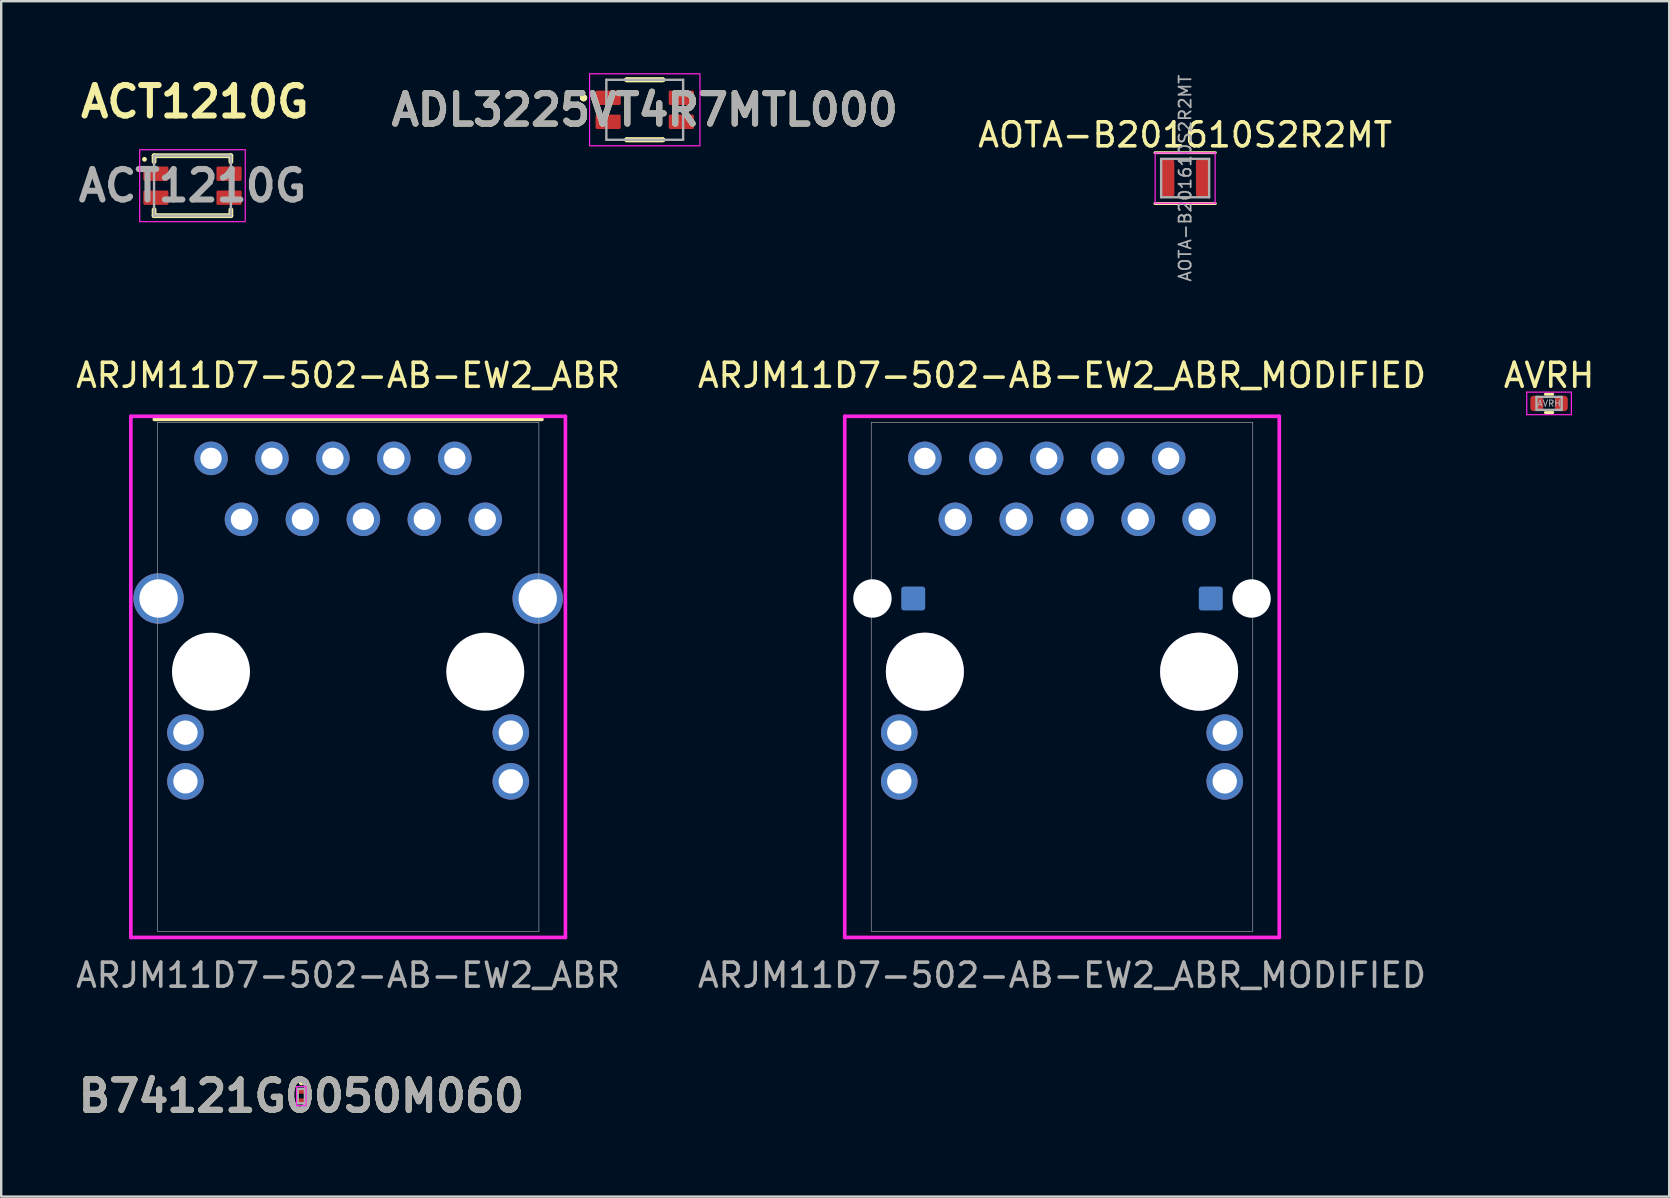
<source format=kicad_pcb>
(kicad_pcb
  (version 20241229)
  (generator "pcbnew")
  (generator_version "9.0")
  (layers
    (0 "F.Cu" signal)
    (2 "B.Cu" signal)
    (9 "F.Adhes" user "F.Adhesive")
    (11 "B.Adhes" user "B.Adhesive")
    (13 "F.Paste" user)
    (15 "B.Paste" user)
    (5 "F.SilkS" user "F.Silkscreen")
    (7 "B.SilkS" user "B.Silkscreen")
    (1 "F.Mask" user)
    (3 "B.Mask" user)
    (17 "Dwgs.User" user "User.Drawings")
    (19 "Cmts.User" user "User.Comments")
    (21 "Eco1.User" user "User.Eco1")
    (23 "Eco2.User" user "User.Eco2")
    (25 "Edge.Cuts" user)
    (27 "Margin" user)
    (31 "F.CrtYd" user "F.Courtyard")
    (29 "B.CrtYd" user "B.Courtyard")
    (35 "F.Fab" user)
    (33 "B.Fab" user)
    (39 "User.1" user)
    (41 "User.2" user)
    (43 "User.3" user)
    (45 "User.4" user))
  (footprint "ACT1210G"
    (layer "F.Cu")
    (at 4.971 4.689)
    (property "Reference" "ACT1210G" (at 0.1 -3.5 0) (layer "F.SilkS") (effects (font (size 1.27 1.27) (thickness 0.254))))
    (attr smd)
    (fp_line (start -1.6 -1.25) (end 1.6 -1.25) (stroke (width 0.2) (type solid)) (layer "F.SilkS"))
    (fp_line (start -1.6 -1) (end -1.6 -1.25) (stroke (width 0.2) (type solid)) (layer "F.SilkS"))
    (fp_line (start -1.6 1) (end -1.6 1.25) (stroke (width 0.2) (type solid)) (layer "F.SilkS"))
    (fp_line (start -1.6 1.25) (end 1.6 1.25) (stroke (width 0.2) (type solid)) (layer "F.SilkS"))
    (fp_line (start 1.6 -1.25) (end 1.6 -1) (stroke (width 0.2) (type solid)) (layer "F.SilkS"))
    (fp_line (start 1.6 1.25) (end 1.6 1) (stroke (width 0.2) (type solid)) (layer "F.SilkS"))
    (fp_circle (center -2 -1.1) (end -2.1 -1.1) (stroke (width 0) (type solid)) (fill yes) (layer "F.SilkS"))
    (fp_rect (start -2.2 -1.5) (end 2.2 1.5) (stroke (width 0.05) (type default)) (fill no) (layer "F.CrtYd"))
    (fp_line (start -1.6 -1.25) (end 1.6 -1.25) (stroke (width 0.1) (type solid)) (layer "F.Fab"))
    (fp_line (start -1.6 1.25) (end -1.6 -1.25) (stroke (width 0.1) (type solid)) (layer "F.Fab"))
    (fp_line (start 1.6 -1.25) (end 1.6 1.25) (stroke (width 0.1) (type solid)) (layer "F.Fab"))
    (fp_line (start 1.6 1.25) (end -1.6 1.25) (stroke (width 0.1) (type solid)) (layer "F.Fab"))
    (fp_text user "${REFERENCE}" (at 0 0 0) (layer "F.Fab") (effects (font (size 1.27 1.27) (thickness 0.254))))
    (pad "1" smd roundrect (at -1.525 -0.5 90) (size 0.6 1.05) (layers "F.Cu" "F.Mask" "F.Paste") (roundrect_rratio 0.1))
    (pad "2" smd roundrect (at -1.525 0.5 90) (size 0.6 1.05) (layers "F.Cu" "F.Mask" "F.Paste") (roundrect_rratio 0.1))
    (pad "3" smd roundrect (at 1.525 0.5 90) (size 0.6 1.05) (layers "F.Cu" "F.Mask" "F.Paste") (roundrect_rratio 0.1))
    (pad "4" smd roundrect (at 1.525 -0.5 90) (size 0.6 1.05) (layers "F.Cu" "F.Mask" "F.Paste") (roundrect_rratio 0.1)))
  (footprint "ARJM11D7-502-AB-EW2_ABR_MODIFIED"
    (layer "F.Cu")
    (at 41.208 21.092)
    (property "Reference" "ARJM11D7-502-AB-EW2_ABR_MODIFIED" (at 0 -8.5 0) (unlocked yes) (layer "F.SilkS") (effects (font (size 1 1) (thickness 0.15))))
    (attr through_hole)
    (fp_line (start -9.055 -6.793) (end -9.055 14.924) (stroke (width 0.152) (type solid)) (layer "F.CrtYd"))
    (fp_line (start -9.055 14.924) (end 9.055 14.924) (stroke (width 0.152) (type solid)) (layer "F.CrtYd"))
    (fp_line (start 9.055 -6.793) (end -9.055 -6.793) (stroke (width 0.152) (type solid)) (layer "F.CrtYd"))
    (fp_line (start 9.055 14.924) (end 9.055 -6.793) (stroke (width 0.152) (type solid)) (layer "F.CrtYd"))
    (fp_line (start -7.95 -6.539) (end -7.95 14.67) (stroke (width 0.025) (type solid)) (layer "F.Fab"))
    (fp_line (start -7.95 14.67) (end 7.95 14.67) (stroke (width 0.025) (type solid)) (layer "F.Fab"))
    (fp_line (start 7.95 -6.539) (end -7.95 -6.539) (stroke (width 0.025) (type solid)) (layer "F.Fab"))
    (fp_line (start 7.95 14.67) (end 7.95 -6.539) (stroke (width 0.025) (type solid)) (layer "F.Fab"))
    (fp_text user "${REFERENCE}" (at 0 16.5 0) (unlocked yes) (layer "F.Fab") (effects (font (size 1 1) (thickness 0.15))))
    (pad "" np_thru_hole circle (at -7.9 0.8) (size 1.6 1.6) (drill 1.6) (layers "*.Cu" "*.Mask"))
    (pad "" np_thru_hole circle (at -5.715 3.85) (size 3.251 3.251) (drill 3.25) (layers "*.Cu" "*.Mask"))
    (pad "" np_thru_hole circle (at 5.715 3.85) (size 3.251 3.251) (drill 3.25) (layers "*.Cu" "*.Mask"))
    (pad "" np_thru_hole circle (at 7.9 0.8) (size 1.6 1.6) (drill 1.6) (layers "*.Cu" "*.Mask"))
    (pad "1" thru_hole circle (at 5.715 -2.5) (size 1.397 1.397) (drill 0.889) (layers "*.Cu" "*.Mask"))
    (pad "2" thru_hole circle (at 4.445 -5.04) (size 1.397 1.397) (drill 0.889) (layers "*.Cu" "*.Mask"))
    (pad "3" thru_hole circle (at 3.175 -2.5) (size 1.397 1.397) (drill 0.889) (layers "*.Cu" "*.Mask"))
    (pad "4" thru_hole circle (at 1.905 -5.04) (size 1.397 1.397) (drill 0.889) (layers "*.Cu" "*.Mask"))
    (pad "5" thru_hole circle (at 0.635 -2.5) (size 1.397 1.397) (drill 0.889) (layers "*.Cu" "*.Mask"))
    (pad "6" thru_hole circle (at -0.635 -5.04) (size 1.397 1.397) (drill 0.889) (layers "*.Cu" "*.Mask"))
    (pad "7" thru_hole circle (at -1.905 -2.5) (size 1.397 1.397) (drill 0.889) (layers "*.Cu" "*.Mask"))
    (pad "8" thru_hole circle (at -3.175 -5.04) (size 1.397 1.397) (drill 0.889) (layers "*.Cu" "*.Mask"))
    (pad "9" thru_hole circle (at -4.445 -2.5) (size 1.397 1.397) (drill 0.889) (layers "*.Cu" "*.Mask"))
    (pad "10" thru_hole circle (at -5.715 -5.04) (size 1.397 1.397) (drill 0.889) (layers "*.Cu" "*.Mask"))
    (pad "11" thru_hole circle (at -6.782 6.39) (size 1.524 1.524) (drill 1.016) (layers "*.Cu" "*.Mask"))
    (pad "12" thru_hole circle (at -6.782 8.422) (size 1.524 1.524) (drill 1.016) (layers "*.Cu" "*.Mask"))
    (pad "13" thru_hole circle (at 6.782 6.39) (size 1.524 1.524) (drill 1.016) (layers "*.Cu" "*.Mask"))
    (pad "14" thru_hole circle (at 6.782 8.422) (size 1.524 1.524) (drill 1.016) (layers "*.Cu" "*.Mask"))
    (pad "15" smd roundrect (at -6.2 0.8) (size 1 1) (layers "B.Cu" "B.Mask") (roundrect_rratio 0.119))
    (pad "16" smd roundrect (at 6.2 0.8) (size 1 1) (layers "B.Cu" "B.Mask") (roundrect_rratio 0.119)))
  (footprint "AVRH"
    (layer "F.Cu")
    (at 61.506 13.762)
    (property "Reference" "AVRH" (at 0 -1.17 0) (layer "F.SilkS") (effects (font (size 1 1) (thickness 0.15))))
    (attr smd)
    (fp_line (start -0.154 -0.38) (end 0.154 -0.38) (stroke (width 0.12) (type solid)) (layer "F.SilkS"))
    (fp_line (start -0.154 0.38) (end 0.154 0.38) (stroke (width 0.12) (type solid)) (layer "F.SilkS"))
    (fp_line (start -0.93 -0.47) (end 0.93 -0.47) (stroke (width 0.05) (type solid)) (layer "F.CrtYd"))
    (fp_line (start -0.93 0.47) (end -0.93 -0.47) (stroke (width 0.05) (type solid)) (layer "F.CrtYd"))
    (fp_line (start 0.93 -0.47) (end 0.93 0.47) (stroke (width 0.05) (type solid)) (layer "F.CrtYd"))
    (fp_line (start 0.93 0.47) (end -0.93 0.47) (stroke (width 0.05) (type solid)) (layer "F.CrtYd"))
    (fp_line (start -0.525 -0.27) (end 0.525 -0.27) (stroke (width 0.1) (type solid)) (layer "F.Fab"))
    (fp_line (start -0.525 0.27) (end -0.525 -0.27) (stroke (width 0.1) (type solid)) (layer "F.Fab"))
    (fp_line (start 0.525 -0.27) (end 0.525 0.27) (stroke (width 0.1) (type solid)) (layer "F.Fab"))
    (fp_line (start 0.525 0.27) (end -0.525 0.27) (stroke (width 0.1) (type solid)) (layer "F.Fab"))
    (fp_text user "${REFERENCE}" (at 0 0 0) (layer "F.Fab") (effects (font (size 0.26 0.26) (thickness 0.04))))
    (pad "1" smd roundrect (at -0.51 0) (size 0.54 0.64) (layers "F.Cu" "F.Mask" "F.Paste") (roundrect_rratio 0.25))
    (pad "2" smd roundrect (at 0.51 0) (size 0.54 0.64) (layers "F.Cu" "F.Mask" "F.Paste") (roundrect_rratio 0.25)))
  (footprint "ADL3225VT4R7MTL000"
    (layer "F.Cu")
    (at 23.819 1.525)
    (property "Reference" "ADL3225VT4R7MTL000" (at 0 0 0) (layer "F.SilkS") (effects (font (size 1.27 1.27) (thickness 0.254))))
    (attr smd)
    (fp_line (start -2.6 -0.5) (end -2.6 -0.5) (stroke (width 0.2) (type solid)) (layer "F.SilkS"))
    (fp_line (start -2.6 -0.5) (end -2.6 -0.5) (stroke (width 0.2) (type solid)) (layer "F.SilkS"))
    (fp_line (start -2.5 -0.5) (end -2.5 -0.5) (stroke (width 0.2) (type solid)) (layer "F.SilkS"))
    (fp_line (start -0.75 -1.25) (end -0.75 -1.25) (stroke (width 0.2) (type solid)) (layer "F.SilkS"))
    (fp_line (start -0.75 -1.25) (end 0.75 -1.25) (stroke (width 0.2) (type solid)) (layer "F.SilkS"))
    (fp_line (start -0.75 1.25) (end -0.75 1.25) (stroke (width 0.2) (type solid)) (layer "F.SilkS"))
    (fp_line (start -0.75 1.25) (end 0.75 1.25) (stroke (width 0.2) (type solid)) (layer "F.SilkS"))
    (fp_line (start 0.75 -1.25) (end -0.75 -1.25) (stroke (width 0.2) (type solid)) (layer "F.SilkS"))
    (fp_line (start 0.75 -1.25) (end 0.75 -1.25) (stroke (width 0.2) (type solid)) (layer "F.SilkS"))
    (fp_line (start 0.75 1.25) (end -0.75 1.25) (stroke (width 0.2) (type solid)) (layer "F.SilkS"))
    (fp_line (start 0.75 1.25) (end 0.75 1.25) (stroke (width 0.2) (type solid)) (layer "F.SilkS"))
    (fp_arc (start -2.6 -0.5) (mid -2.55 -0.55) (end -2.5 -0.5) (stroke (width 0.2) (type solid)) (layer "F.SilkS"))
    (fp_arc (start -2.5 -0.5) (mid -2.55 -0.45) (end -2.6 -0.5) (stroke (width 0.2) (type solid)) (layer "F.SilkS"))
    (fp_arc (start -2.5 -0.5) (mid -2.55 -0.45) (end -2.6 -0.5) (stroke (width 0.2) (type solid)) (layer "F.SilkS"))
    (fp_rect (start -2.3 -1.5) (end 2.3 1.5) (stroke (width 0.05) (type default)) (fill no) (layer "F.CrtYd"))
    (fp_line (start -1.6 -1.25) (end -1.6 1.25) (stroke (width 0.1) (type solid)) (layer "F.Fab"))
    (fp_line (start -1.6 1.25) (end 1.6 1.25) (stroke (width 0.1) (type solid)) (layer "F.Fab"))
    (fp_line (start 1.6 -1.25) (end -1.6 -1.25) (stroke (width 0.1) (type solid)) (layer "F.Fab"))
    (fp_line (start 1.6 1.25) (end 1.6 -1.25) (stroke (width 0.1) (type solid)) (layer "F.Fab"))
    (fp_text user "${REFERENCE}" (at 0 0 0) (layer "F.Fab") (effects (font (size 1.27 1.27) (thickness 0.254))))
    (pad "1" smd roundrect (at -1.525 -0.5 90) (size 0.6 1.05) (layers "F.Cu" "F.Mask" "F.Paste") (roundrect_rratio 0.1))
    (pad "2" smd roundrect (at -1.525 0.5 90) (size 0.6 1.05) (layers "F.Cu" "F.Mask" "F.Paste") (roundrect_rratio 0.1))
    (pad "3" smd roundrect (at 1.525 0.5 90) (size 0.6 1.05) (layers "F.Cu" "F.Mask" "F.Paste") (roundrect_rratio 0.1))
    (pad "4" smd roundrect (at 1.525 -0.5 90) (size 0.6 1.05) (layers "F.Cu" "F.Mask" "F.Paste") (roundrect_rratio 0.1)))
  (footprint "B74121G0050M060"
    (layer "F.Cu")
    (at 9.507 42.629)
    (property "Reference" "B74121G0050M060" (at 0 0 0) (layer "F.SilkS") (effects (font (size 1.27 1.27) (thickness 0.254))))
    (attr smd)
    (fp_line (start -0.05 -0.55) (end -0.05 -0.55) (stroke (width 0.1) (type solid)) (layer "F.SilkS"))
    (fp_line (start 0.05 -0.55) (end 0.05 -0.55) (stroke (width 0.1) (type solid)) (layer "F.SilkS"))
    (fp_arc (start -0.05 -0.55) (mid 0 -0.6) (end 0.05 -0.55) (stroke (width 0.1) (type solid)) (layer "F.SilkS"))
    (fp_arc (start 0.05 -0.55) (mid 0 -0.5) (end -0.05 -0.55) (stroke (width 0.1) (type solid)) (layer "F.SilkS"))
    (fp_rect (start -0.2 -0.4) (end 0.2 0.4) (stroke (width 0.05) (type default)) (fill no) (layer "F.CrtYd"))
    (fp_line (start -0.15 -0.3) (end 0.15 -0.3) (stroke (width 0.1) (type solid)) (layer "F.Fab"))
    (fp_line (start -0.15 0.3) (end -0.15 -0.3) (stroke (width 0.1) (type solid)) (layer "F.Fab"))
    (fp_line (start 0.15 -0.3) (end 0.15 0.3) (stroke (width 0.1) (type solid)) (layer "F.Fab"))
    (fp_line (start 0.15 0.3) (end -0.15 0.3) (stroke (width 0.1) (type solid)) (layer "F.Fab"))
    (fp_text user "${REFERENCE}" (at 0 0 0) (layer "F.Fab") (effects (font (size 1.27 1.27) (thickness 0.254))))
    (pad "1" smd roundrect (at 0 -0.195 90) (size 0.19 0.28) (layers "F.Cu" "F.Mask" "F.Paste") (roundrect_rratio 0.1))
    (pad "2" smd roundrect (at 0 0.195 90) (size 0.19 0.28) (layers "F.Cu" "F.Mask" "F.Paste") (roundrect_rratio 0.1)))
  (footprint "AOTA-B201610S2R2MT"
    (layer "F.Cu")
    (at 46.34 4.372)
    (property "Reference" "AOTA-B201610S2R2MT" (at 0 -1.8 0) (layer "F.SilkS") (effects (font (size 1 1) (thickness 0.15))))
    (attr smd)
    (fp_line (start -1.26 -1.06) (end 1.26 -1.06) (stroke (width 0.12) (type solid)) (layer "F.SilkS"))
    (fp_line (start -1.26 1.06) (end 1.26 1.06) (stroke (width 0.12) (type solid)) (layer "F.SilkS"))
    (fp_line (start -1.25 -1.05) (end -1.25 1.05) (stroke (width 0.05) (type solid)) (layer "F.CrtYd"))
    (fp_line (start -1.25 1.05) (end 1.25 1.05) (stroke (width 0.05) (type solid)) (layer "F.CrtYd"))
    (fp_line (start 1.25 -1.05) (end -1.25 -1.05) (stroke (width 0.05) (type solid)) (layer "F.CrtYd"))
    (fp_line (start 1.25 1.05) (end 1.25 -1.05) (stroke (width 0.05) (type solid)) (layer "F.CrtYd"))
    (fp_line (start -1 -0.8) (end -1 0.8) (stroke (width 0.1) (type solid)) (layer "F.Fab"))
    (fp_line (start -1 0.8) (end 1 0.8) (stroke (width 0.1) (type solid)) (layer "F.Fab"))
    (fp_line (start 1 -0.8) (end -1 -0.8) (stroke (width 0.1) (type solid)) (layer "F.Fab"))
    (fp_line (start 1 0.8) (end 1 -0.8) (stroke (width 0.1) (type solid)) (layer "F.Fab"))
    (fp_text user "${REFERENCE}" (at 0 0 90) (layer "F.Fab") (effects (font (size 0.5 0.5) (thickness 0.075))))
    (pad "1" smd roundrect (at -0.725 0) (size 0.55 1.6) (layers "F.Cu" "F.Mask" "F.Paste") (roundrect_rratio 0.25))
    (pad "2" smd roundrect (at 0.725 0) (size 0.55 1.6) (layers "F.Cu" "F.Mask" "F.Paste") (roundrect_rratio 0.25)))
  (footprint "ARJM11D7-502-AB-EW2_ABR"
    (layer "F.Cu")
    (at 11.458 21.092)
    (property "Reference" "ARJM11D7-502-AB-EW2_ABR" (at 0 -8.5 0) (unlocked yes) (layer "F.SilkS") (effects (font (size 1 1) (thickness 0.15))))
    (attr through_hole)
    (fp_line (start 8.077 -6.666) (end -8.077 -6.666) (stroke (width 0.152) (type solid)) (layer "F.SilkS"))
    (fp_line (start -9.055 -6.793) (end -9.055 14.924) (stroke (width 0.152) (type solid)) (layer "F.CrtYd"))
    (fp_line (start -9.055 14.924) (end 9.055 14.924) (stroke (width 0.152) (type solid)) (layer "F.CrtYd"))
    (fp_line (start 9.055 -6.793) (end -9.055 -6.793) (stroke (width 0.152) (type solid)) (layer "F.CrtYd"))
    (fp_line (start 9.055 14.924) (end 9.055 -6.793) (stroke (width 0.152) (type solid)) (layer "F.CrtYd"))
    (fp_line (start -7.95 -6.539) (end -7.95 14.67) (stroke (width 0.025) (type solid)) (layer "F.Fab"))
    (fp_line (start -7.95 14.67) (end 7.95 14.67) (stroke (width 0.025) (type solid)) (layer "F.Fab"))
    (fp_line (start 7.95 -6.539) (end -7.95 -6.539) (stroke (width 0.025) (type solid)) (layer "F.Fab"))
    (fp_line (start 7.95 14.67) (end 7.95 -6.539) (stroke (width 0.025) (type solid)) (layer "F.Fab"))
    (fp_text user "${REFERENCE}" (at 0 16.5 0) (unlocked yes) (layer "F.Fab") (effects (font (size 1 1) (thickness 0.15))))
    (pad "" np_thru_hole circle (at -5.715 3.85) (size 3.25 3.25) (drill 3.25) (layers "*.Cu" "*.Mask"))
    (pad "" np_thru_hole circle (at 5.715 3.85) (size 3.25 3.25) (drill 3.25) (layers "*.Cu" "*.Mask"))
    (pad "1" thru_hole circle (at 5.715 -2.5) (size 1.397 1.397) (drill 0.889) (layers "*.Cu" "*.Mask"))
    (pad "2" thru_hole circle (at 4.445 -5.04) (size 1.397 1.397) (drill 0.889) (layers "*.Cu" "*.Mask"))
    (pad "3" thru_hole circle (at 3.175 -2.5) (size 1.397 1.397) (drill 0.889) (layers "*.Cu" "*.Mask"))
    (pad "4" thru_hole circle (at 1.905 -5.04) (size 1.397 1.397) (drill 0.889) (layers "*.Cu" "*.Mask"))
    (pad "5" thru_hole circle (at 0.635 -2.5) (size 1.397 1.397) (drill 0.889) (layers "*.Cu" "*.Mask"))
    (pad "6" thru_hole circle (at -0.635 -5.04) (size 1.397 1.397) (drill 0.889) (layers "*.Cu" "*.Mask"))
    (pad "7" thru_hole circle (at -1.905 -2.5) (size 1.397 1.397) (drill 0.889) (layers "*.Cu" "*.Mask"))
    (pad "8" thru_hole circle (at -3.175 -5.04) (size 1.397 1.397) (drill 0.889) (layers "*.Cu" "*.Mask"))
    (pad "9" thru_hole circle (at -4.445 -2.5) (size 1.397 1.397) (drill 0.889) (layers "*.Cu" "*.Mask"))
    (pad "10" thru_hole circle (at -5.715 -5.04) (size 1.397 1.397) (drill 0.889) (layers "*.Cu" "*.Mask"))
    (pad "11" thru_hole circle (at -6.78 6.39) (size 1.524 1.524) (drill 1.016) (layers "*.Cu" "*.Mask"))
    (pad "12" thru_hole circle (at -6.78 8.42) (size 1.524 1.524) (drill 1.016) (layers "*.Cu" "*.Mask"))
    (pad "13" thru_hole circle (at 6.78 6.39) (size 1.524 1.524) (drill 1.016) (layers "*.Cu" "*.Mask"))
    (pad "14" thru_hole circle (at 6.78 8.42) (size 1.524 1.524) (drill 1.016) (layers "*.Cu" "*.Mask"))
    (pad "15" thru_hole circle (at -7.9 0.8) (size 2.1 2.1) (drill 1.6) (property pad_prop_castellated) (layers "*.Cu" "*.Mask"))
    (pad "16" thru_hole circle (at 7.9 0.8) (size 2.1 2.1) (drill 1.6) (property pad_prop_castellated) (layers "*.Cu" "*.Mask")))
  (gr_rect
    (start -3 -3)
    (end 66.512 46.818)
    (stroke (width 0.1) (type default))
    (fill no)
    (layer "Edge.Cuts")))
</source>
